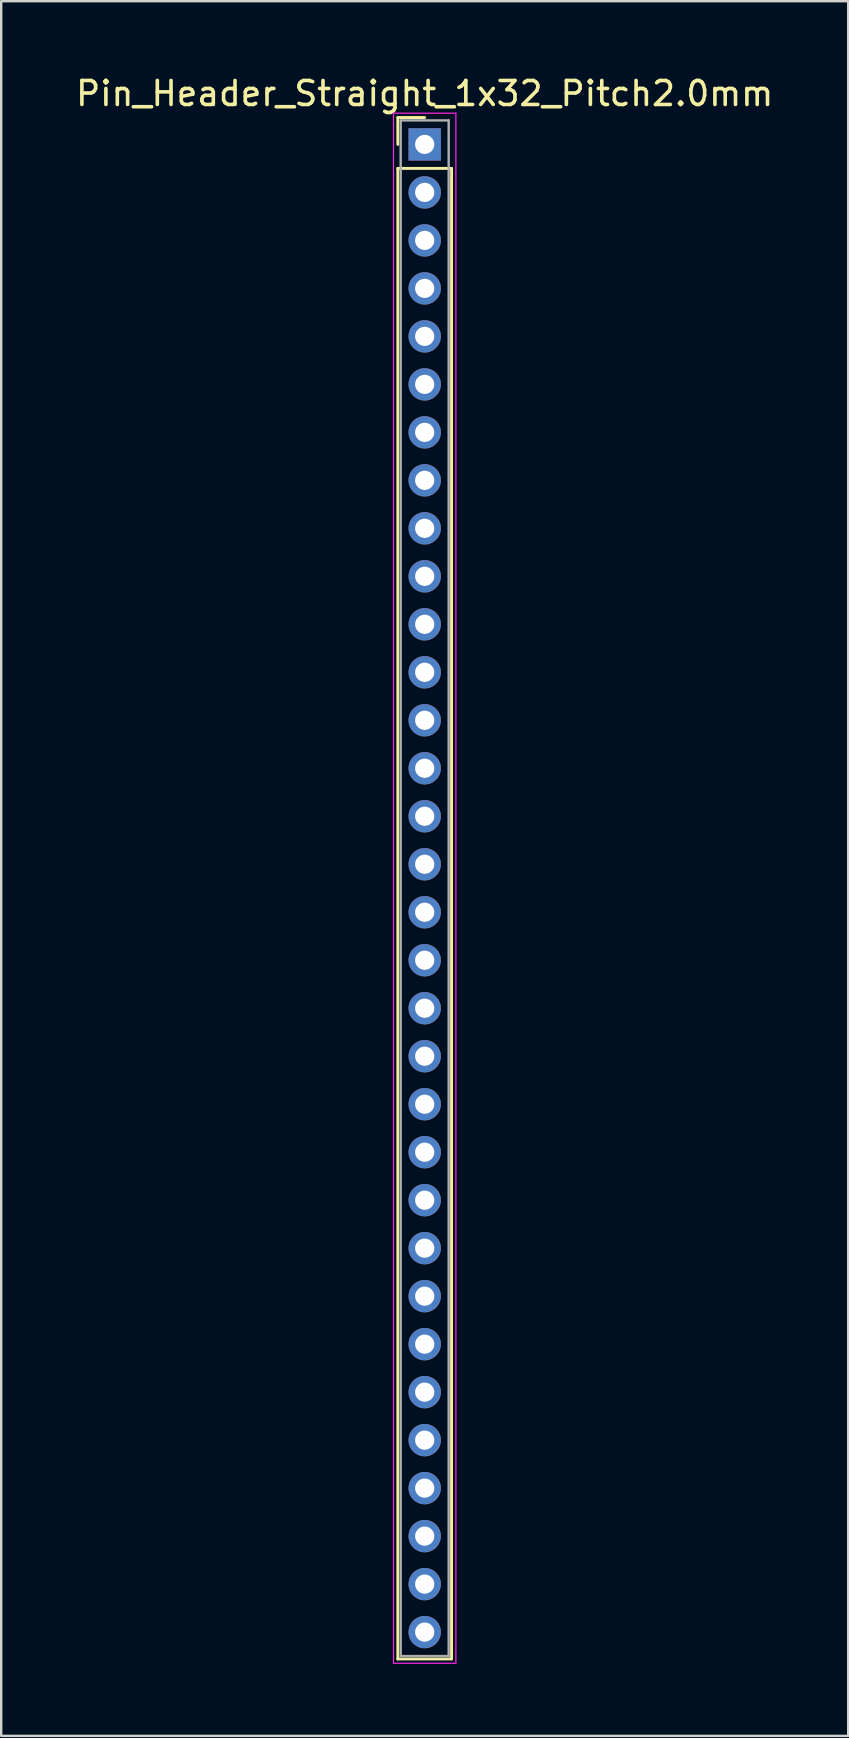
<source format=kicad_pcb>
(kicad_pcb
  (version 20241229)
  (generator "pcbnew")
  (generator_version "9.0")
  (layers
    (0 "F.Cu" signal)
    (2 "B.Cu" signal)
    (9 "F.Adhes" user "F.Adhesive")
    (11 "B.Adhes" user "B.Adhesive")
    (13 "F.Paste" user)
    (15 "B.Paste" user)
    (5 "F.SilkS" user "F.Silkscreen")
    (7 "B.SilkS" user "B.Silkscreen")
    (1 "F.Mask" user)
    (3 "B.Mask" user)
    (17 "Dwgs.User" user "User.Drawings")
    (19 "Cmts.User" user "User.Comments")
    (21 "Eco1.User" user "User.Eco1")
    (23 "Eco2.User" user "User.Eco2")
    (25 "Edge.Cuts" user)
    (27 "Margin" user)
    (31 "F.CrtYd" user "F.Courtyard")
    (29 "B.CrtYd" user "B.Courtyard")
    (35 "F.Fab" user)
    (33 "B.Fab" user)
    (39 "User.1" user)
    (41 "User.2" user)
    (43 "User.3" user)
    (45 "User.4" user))
  (footprint "Pin_Header_Straight_1x32_Pitch2.0mm"
    (layer "F.Cu")
    (at 14.649 2.968)
    (property "Reference" "Pin_Header_Straight_1x32_Pitch2.0mm" (at 0 -2.12 0) (layer "F.SilkS") (effects (font (size 1 1) (thickness 0.15))))
    (attr through_hole)
    (fp_line (start -1.12 -1.12) (end 0 -1.12) (stroke (width 0.12) (type solid)) (layer "F.SilkS"))
    (fp_line (start -1.12 0) (end -1.12 -1.12) (stroke (width 0.12) (type solid)) (layer "F.SilkS"))
    (fp_line (start -1.12 1) (end -1.12 63.12) (stroke (width 0.12) (type solid)) (layer "F.SilkS"))
    (fp_line (start -1.12 63.12) (end 1.12 63.12) (stroke (width 0.12) (type solid)) (layer "F.SilkS"))
    (fp_line (start 1.12 1) (end -1.12 1) (stroke (width 0.12) (type solid)) (layer "F.SilkS"))
    (fp_line (start 1.12 63.12) (end 1.12 1) (stroke (width 0.12) (type solid)) (layer "F.SilkS"))
    (fp_line (start -1.3 -1.3) (end -1.3 63.3) (stroke (width 0.05) (type solid)) (layer "F.CrtYd"))
    (fp_line (start -1.3 63.3) (end 1.3 63.3) (stroke (width 0.05) (type solid)) (layer "F.CrtYd"))
    (fp_line (start 1.3 -1.3) (end -1.3 -1.3) (stroke (width 0.05) (type solid)) (layer "F.CrtYd"))
    (fp_line (start 1.3 63.3) (end 1.3 -1.3) (stroke (width 0.05) (type solid)) (layer "F.CrtYd"))
    (fp_line (start -1 -1) (end -1 63) (stroke (width 0.1) (type solid)) (layer "F.Fab"))
    (fp_line (start -1 63) (end 1 63) (stroke (width 0.1) (type solid)) (layer "F.Fab"))
    (fp_line (start 1 -1) (end -1 -1) (stroke (width 0.1) (type solid)) (layer "F.Fab"))
    (fp_line (start 1 63) (end 1 -1) (stroke (width 0.1) (type solid)) (layer "F.Fab"))
    (pad "1" thru_hole rect (at 0 0) (size 1.35 1.35) (drill 0.8) (layers "*.Cu" "*.Mask"))
    (pad "2" thru_hole oval (at 0 2) (size 1.35 1.35) (drill 0.8) (layers "*.Cu" "*.Mask"))
    (pad "3" thru_hole oval (at 0 4) (size 1.35 1.35) (drill 0.8) (layers "*.Cu" "*.Mask"))
    (pad "4" thru_hole oval (at 0 6) (size 1.35 1.35) (drill 0.8) (layers "*.Cu" "*.Mask"))
    (pad "5" thru_hole oval (at 0 8) (size 1.35 1.35) (drill 0.8) (layers "*.Cu" "*.Mask"))
    (pad "6" thru_hole oval (at 0 10) (size 1.35 1.35) (drill 0.8) (layers "*.Cu" "*.Mask"))
    (pad "7" thru_hole oval (at 0 12) (size 1.35 1.35) (drill 0.8) (layers "*.Cu" "*.Mask"))
    (pad "8" thru_hole oval (at 0 14) (size 1.35 1.35) (drill 0.8) (layers "*.Cu" "*.Mask"))
    (pad "9" thru_hole oval (at 0 16) (size 1.35 1.35) (drill 0.8) (layers "*.Cu" "*.Mask"))
    (pad "10" thru_hole oval (at 0 18) (size 1.35 1.35) (drill 0.8) (layers "*.Cu" "*.Mask"))
    (pad "11" thru_hole oval (at 0 20) (size 1.35 1.35) (drill 0.8) (layers "*.Cu" "*.Mask"))
    (pad "12" thru_hole oval (at 0 22) (size 1.35 1.35) (drill 0.8) (layers "*.Cu" "*.Mask"))
    (pad "13" thru_hole oval (at 0 24) (size 1.35 1.35) (drill 0.8) (layers "*.Cu" "*.Mask"))
    (pad "14" thru_hole oval (at 0 26) (size 1.35 1.35) (drill 0.8) (layers "*.Cu" "*.Mask"))
    (pad "15" thru_hole oval (at 0 28) (size 1.35 1.35) (drill 0.8) (layers "*.Cu" "*.Mask"))
    (pad "16" thru_hole oval (at 0 30) (size 1.35 1.35) (drill 0.8) (layers "*.Cu" "*.Mask"))
    (pad "17" thru_hole oval (at 0 32) (size 1.35 1.35) (drill 0.8) (layers "*.Cu" "*.Mask"))
    (pad "18" thru_hole oval (at 0 34) (size 1.35 1.35) (drill 0.8) (layers "*.Cu" "*.Mask"))
    (pad "19" thru_hole oval (at 0 36) (size 1.35 1.35) (drill 0.8) (layers "*.Cu" "*.Mask"))
    (pad "20" thru_hole oval (at 0 38) (size 1.35 1.35) (drill 0.8) (layers "*.Cu" "*.Mask"))
    (pad "21" thru_hole oval (at 0 40) (size 1.35 1.35) (drill 0.8) (layers "*.Cu" "*.Mask"))
    (pad "22" thru_hole oval (at 0 42) (size 1.35 1.35) (drill 0.8) (layers "*.Cu" "*.Mask"))
    (pad "23" thru_hole oval (at 0 44) (size 1.35 1.35) (drill 0.8) (layers "*.Cu" "*.Mask"))
    (pad "24" thru_hole oval (at 0 46) (size 1.35 1.35) (drill 0.8) (layers "*.Cu" "*.Mask"))
    (pad "25" thru_hole oval (at 0 48) (size 1.35 1.35) (drill 0.8) (layers "*.Cu" "*.Mask"))
    (pad "26" thru_hole oval (at 0 50) (size 1.35 1.35) (drill 0.8) (layers "*.Cu" "*.Mask"))
    (pad "27" thru_hole oval (at 0 52) (size 1.35 1.35) (drill 0.8) (layers "*.Cu" "*.Mask"))
    (pad "28" thru_hole oval (at 0 54) (size 1.35 1.35) (drill 0.8) (layers "*.Cu" "*.Mask"))
    (pad "29" thru_hole oval (at 0 56) (size 1.35 1.35) (drill 0.8) (layers "*.Cu" "*.Mask"))
    (pad "30" thru_hole oval (at 0 58) (size 1.35 1.35) (drill 0.8) (layers "*.Cu" "*.Mask"))
    (pad "31" thru_hole oval (at 0 60) (size 1.35 1.35) (drill 0.8) (layers "*.Cu" "*.Mask"))
    (pad "32" thru_hole oval (at 0 62) (size 1.35 1.35) (drill 0.8) (layers "*.Cu" "*.Mask")))
  (gr_rect
    (start -3 -3)
    (end 32.298 69.293)
    (stroke (width 0.1) (type default))
    (fill no)
    (layer "Edge.Cuts")))
</source>
